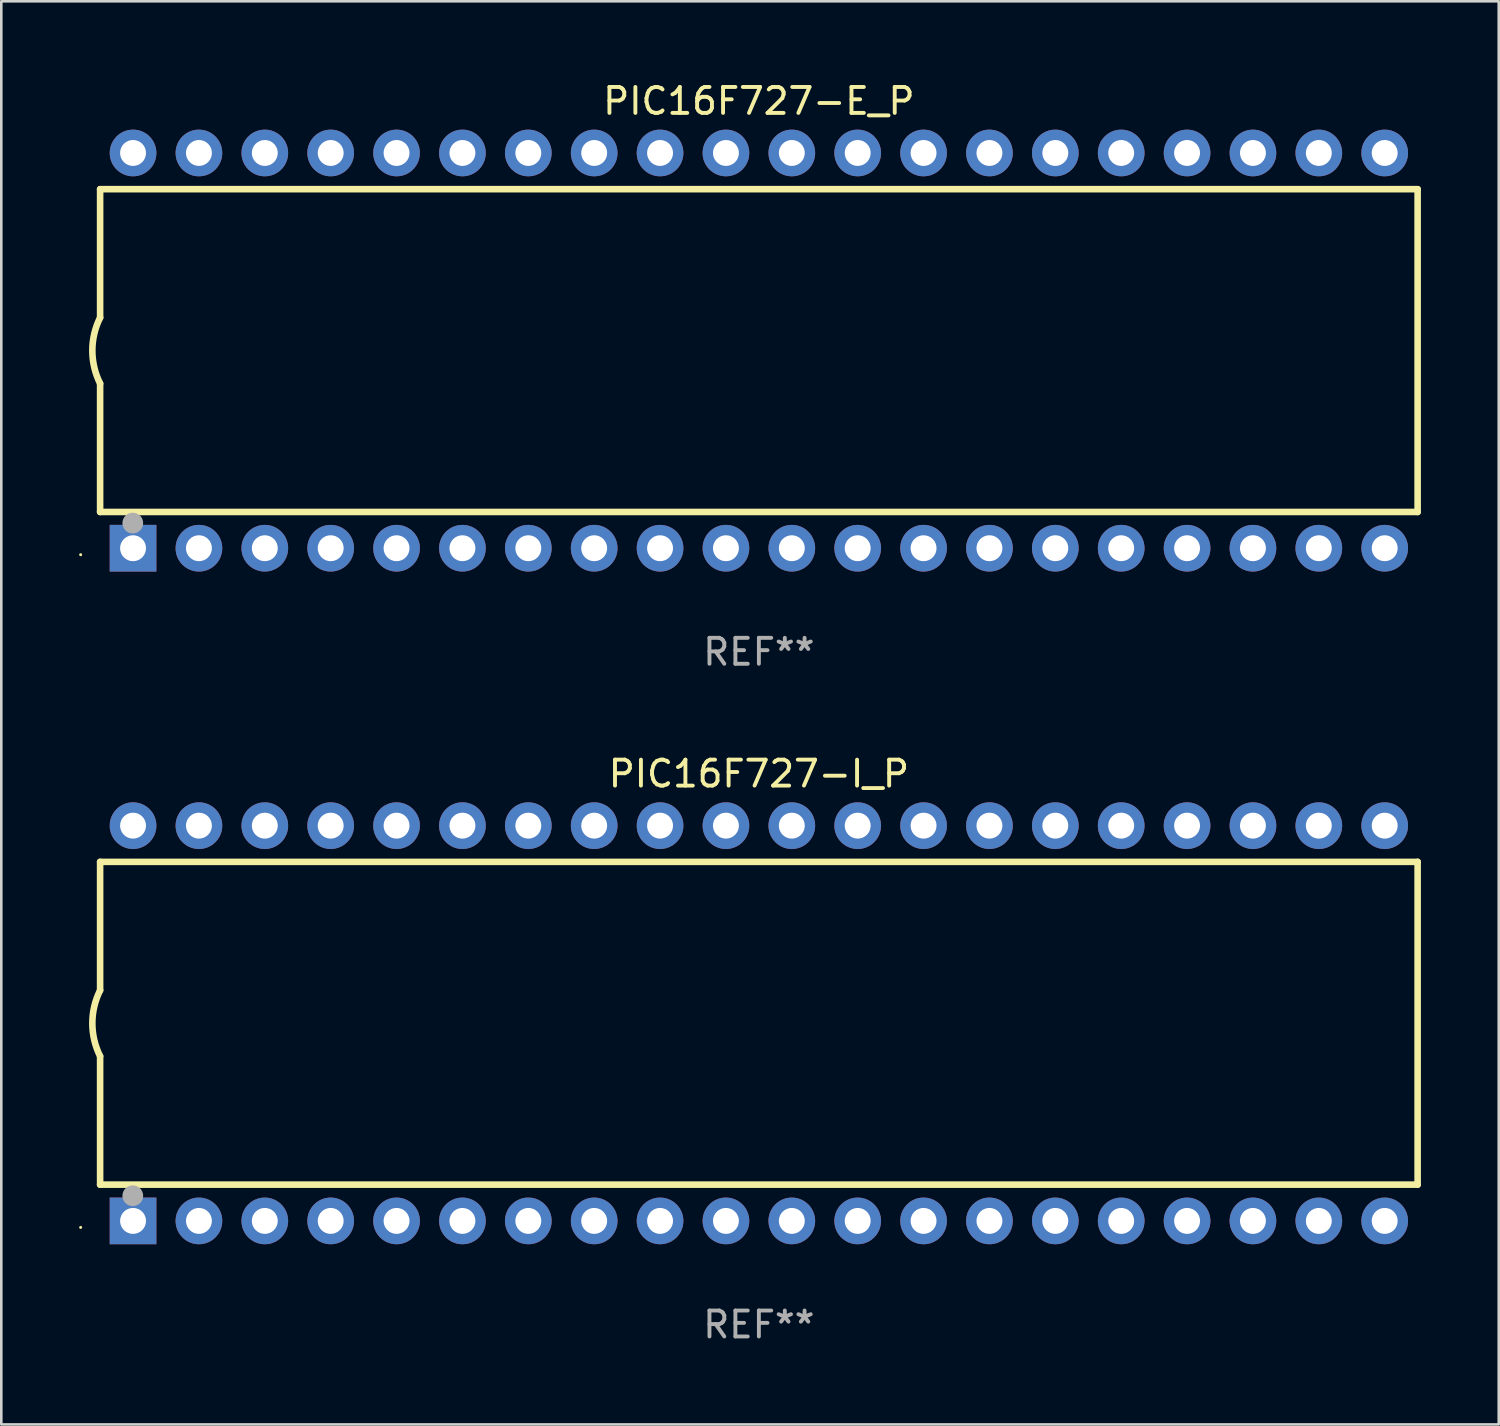
<source format=kicad_pcb>
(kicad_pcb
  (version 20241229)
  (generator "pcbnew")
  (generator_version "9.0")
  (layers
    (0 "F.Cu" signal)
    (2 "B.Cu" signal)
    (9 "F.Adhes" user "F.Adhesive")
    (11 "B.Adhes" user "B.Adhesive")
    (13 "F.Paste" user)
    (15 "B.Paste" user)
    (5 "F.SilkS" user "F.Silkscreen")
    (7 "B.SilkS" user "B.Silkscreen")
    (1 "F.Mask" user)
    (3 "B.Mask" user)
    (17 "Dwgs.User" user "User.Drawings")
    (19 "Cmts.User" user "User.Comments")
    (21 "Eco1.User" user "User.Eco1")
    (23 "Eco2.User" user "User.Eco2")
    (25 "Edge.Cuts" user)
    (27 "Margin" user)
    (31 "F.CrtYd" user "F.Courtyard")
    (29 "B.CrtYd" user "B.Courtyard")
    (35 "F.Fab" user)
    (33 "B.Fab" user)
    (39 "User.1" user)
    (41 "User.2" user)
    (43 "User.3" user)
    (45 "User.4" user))
  (footprint "PIC16F727-I_P"
    (layer "F.Cu")
    (at 26.21 36.405)
    (property "Reference" "PIC16F727-I_P" (at 0 -9.62 0) (layer "F.SilkS") (effects (font (size 1 1) (thickness 0.15))))
    (attr through_hole)
    (fp_line (start -25.4 -6.224) (end -25.4 -1.271) (stroke (width 0.254) (type solid)) (layer "F.SilkS"))
    (fp_line (start -25.4 -6.224) (end 25.4 -6.224) (stroke (width 0.254) (type solid)) (layer "F.SilkS"))
    (fp_line (start -25.4 1.269) (end -25.4 6.222) (stroke (width 0.254) (type solid)) (layer "F.SilkS"))
    (fp_line (start -25.4 6.222) (end 25.4 6.222) (stroke (width 0.254) (type solid)) (layer "F.SilkS"))
    (fp_line (start 25.4 6.222) (end 25.4 -6.224) (stroke (width 0.254) (type solid)) (layer "F.SilkS"))
    (fp_arc (start -25.4 1.269241) (mid -25.699807 -0.000762) (end -25.4 -1.270765) (stroke (width 0.254001) (type solid)) (layer "F.SilkS"))
    (fp_circle (center -26.15 7.87) (end -26.12 7.87) (stroke (width 0.06) (type solid)) (fill no) (layer "F.SilkS"))
    (fp_circle (center -24.14 6.65) (end -23.94 6.65) (stroke (width 0.4) (type solid)) (fill no) (layer "F.Fab"))
    (fp_text user "REF**" (at 0 11.62 0) (layer "F.Fab") (effects (font (size 1 1) (thickness 0.15))))
    (pad "1" thru_hole rect (at -24.13 7.62 90) (size 1.8 1.8) (drill 1) (layers "*.Cu" "*.Mask"))
    (pad "2" thru_hole circle (at -21.59 7.62) (size 1.8 1.8) (drill 1) (layers "*.Cu" "*.Mask"))
    (pad "3" thru_hole circle (at -19.05 7.62) (size 1.8 1.8) (drill 1) (layers "*.Cu" "*.Mask"))
    (pad "4" thru_hole circle (at -16.51 7.62) (size 1.8 1.8) (drill 1) (layers "*.Cu" "*.Mask"))
    (pad "5" thru_hole circle (at -13.97 7.62) (size 1.8 1.8) (drill 1) (layers "*.Cu" "*.Mask"))
    (pad "6" thru_hole circle (at -11.43 7.62) (size 1.8 1.8) (drill 1) (layers "*.Cu" "*.Mask"))
    (pad "7" thru_hole circle (at -8.89 7.62) (size 1.8 1.8) (drill 1) (layers "*.Cu" "*.Mask"))
    (pad "8" thru_hole circle (at -6.35 7.62) (size 1.8 1.8) (drill 1) (layers "*.Cu" "*.Mask"))
    (pad "9" thru_hole circle (at -3.81 7.62) (size 1.8 1.8) (drill 1) (layers "*.Cu" "*.Mask"))
    (pad "10" thru_hole circle (at -1.27 7.62) (size 1.8 1.8) (drill 1) (layers "*.Cu" "*.Mask"))
    (pad "11" thru_hole circle (at 1.27 7.62) (size 1.8 1.8) (drill 1) (layers "*.Cu" "*.Mask"))
    (pad "12" thru_hole circle (at 3.81 7.62) (size 1.8 1.8) (drill 1) (layers "*.Cu" "*.Mask"))
    (pad "13" thru_hole circle (at 6.35 7.62) (size 1.8 1.8) (drill 1) (layers "*.Cu" "*.Mask"))
    (pad "14" thru_hole circle (at 8.89 7.62) (size 1.8 1.8) (drill 1) (layers "*.Cu" "*.Mask"))
    (pad "15" thru_hole circle (at 11.43 7.62) (size 1.8 1.8) (drill 1) (layers "*.Cu" "*.Mask"))
    (pad "16" thru_hole circle (at 13.97 7.62) (size 1.8 1.8) (drill 1) (layers "*.Cu" "*.Mask"))
    (pad "17" thru_hole circle (at 16.51 7.62) (size 1.8 1.8) (drill 1) (layers "*.Cu" "*.Mask"))
    (pad "18" thru_hole circle (at 19.05 7.62) (size 1.8 1.8) (drill 1) (layers "*.Cu" "*.Mask"))
    (pad "19" thru_hole circle (at 21.59 7.62) (size 1.8 1.8) (drill 1) (layers "*.Cu" "*.Mask"))
    (pad "20" thru_hole circle (at 24.13 7.62) (size 1.8 1.8) (drill 1) (layers "*.Cu" "*.Mask"))
    (pad "21" thru_hole circle (at 24.13 -7.62) (size 1.8 1.8) (drill 1) (layers "*.Cu" "*.Mask"))
    (pad "22" thru_hole circle (at 21.59 -7.62) (size 1.8 1.8) (drill 1) (layers "*.Cu" "*.Mask"))
    (pad "23" thru_hole circle (at 19.05 -7.62) (size 1.8 1.8) (drill 1) (layers "*.Cu" "*.Mask"))
    (pad "24" thru_hole circle (at 16.51 -7.62) (size 1.8 1.8) (drill 1) (layers "*.Cu" "*.Mask"))
    (pad "25" thru_hole circle (at 13.97 -7.62) (size 1.8 1.8) (drill 1) (layers "*.Cu" "*.Mask"))
    (pad "26" thru_hole circle (at 11.43 -7.62) (size 1.8 1.8) (drill 1) (layers "*.Cu" "*.Mask"))
    (pad "27" thru_hole circle (at 8.89 -7.62) (size 1.8 1.8) (drill 1) (layers "*.Cu" "*.Mask"))
    (pad "28" thru_hole circle (at 6.35 -7.62) (size 1.8 1.8) (drill 1) (layers "*.Cu" "*.Mask"))
    (pad "29" thru_hole circle (at 3.81 -7.62) (size 1.8 1.8) (drill 1) (layers "*.Cu" "*.Mask"))
    (pad "30" thru_hole circle (at 1.27 -7.62) (size 1.8 1.8) (drill 1) (layers "*.Cu" "*.Mask"))
    (pad "31" thru_hole circle (at -1.27 -7.62) (size 1.8 1.8) (drill 1) (layers "*.Cu" "*.Mask"))
    (pad "32" thru_hole circle (at -3.81 -7.62) (size 1.8 1.8) (drill 1) (layers "*.Cu" "*.Mask"))
    (pad "33" thru_hole circle (at -6.35 -7.62) (size 1.8 1.8) (drill 1) (layers "*.Cu" "*.Mask"))
    (pad "34" thru_hole circle (at -8.89 -7.62) (size 1.8 1.8) (drill 1) (layers "*.Cu" "*.Mask"))
    (pad "35" thru_hole circle (at -11.43 -7.62) (size 1.8 1.8) (drill 1) (layers "*.Cu" "*.Mask"))
    (pad "36" thru_hole circle (at -13.97 -7.62) (size 1.8 1.8) (drill 1) (layers "*.Cu" "*.Mask"))
    (pad "37" thru_hole circle (at -16.51 -7.62) (size 1.8 1.8) (drill 1) (layers "*.Cu" "*.Mask"))
    (pad "38" thru_hole circle (at -19.05 -7.62) (size 1.8 1.8) (drill 1) (layers "*.Cu" "*.Mask"))
    (pad "39" thru_hole circle (at -21.59 -7.62) (size 1.8 1.8) (drill 1) (layers "*.Cu" "*.Mask"))
    (pad "40" thru_hole circle (at -24.13 -7.62) (size 1.8 1.8) (drill 1) (layers "*.Cu" "*.Mask")))
  (footprint "PIC16F727-E_P"
    (layer "F.Cu")
    (at 26.21 10.468)
    (property "Reference" "PIC16F727-E_P" (at 0 -9.62 0) (layer "F.SilkS") (effects (font (size 1 1) (thickness 0.15))))
    (attr through_hole)
    (fp_line (start -25.4 -6.224) (end -25.4 -1.271) (stroke (width 0.254) (type solid)) (layer "F.SilkS"))
    (fp_line (start -25.4 -6.224) (end 25.4 -6.224) (stroke (width 0.254) (type solid)) (layer "F.SilkS"))
    (fp_line (start -25.4 1.269) (end -25.4 6.222) (stroke (width 0.254) (type solid)) (layer "F.SilkS"))
    (fp_line (start -25.4 6.222) (end 25.4 6.222) (stroke (width 0.254) (type solid)) (layer "F.SilkS"))
    (fp_line (start 25.4 6.222) (end 25.4 -6.224) (stroke (width 0.254) (type solid)) (layer "F.SilkS"))
    (fp_arc (start -25.4 1.269241) (mid -25.699807 -0.000762) (end -25.4 -1.270765) (stroke (width 0.254001) (type solid)) (layer "F.SilkS"))
    (fp_circle (center -26.15 7.87) (end -26.12 7.87) (stroke (width 0.06) (type solid)) (fill no) (layer "F.SilkS"))
    (fp_circle (center -24.14 6.65) (end -23.94 6.65) (stroke (width 0.4) (type solid)) (fill no) (layer "F.Fab"))
    (fp_text user "REF**" (at 0 11.62 0) (layer "F.Fab") (effects (font (size 1 1) (thickness 0.15))))
    (pad "1" thru_hole rect (at -24.13 7.62 90) (size 1.8 1.8) (drill 1) (layers "*.Cu" "*.Mask"))
    (pad "2" thru_hole circle (at -21.59 7.62) (size 1.8 1.8) (drill 1) (layers "*.Cu" "*.Mask"))
    (pad "3" thru_hole circle (at -19.05 7.62) (size 1.8 1.8) (drill 1) (layers "*.Cu" "*.Mask"))
    (pad "4" thru_hole circle (at -16.51 7.62) (size 1.8 1.8) (drill 1) (layers "*.Cu" "*.Mask"))
    (pad "5" thru_hole circle (at -13.97 7.62) (size 1.8 1.8) (drill 1) (layers "*.Cu" "*.Mask"))
    (pad "6" thru_hole circle (at -11.43 7.62) (size 1.8 1.8) (drill 1) (layers "*.Cu" "*.Mask"))
    (pad "7" thru_hole circle (at -8.89 7.62) (size 1.8 1.8) (drill 1) (layers "*.Cu" "*.Mask"))
    (pad "8" thru_hole circle (at -6.35 7.62) (size 1.8 1.8) (drill 1) (layers "*.Cu" "*.Mask"))
    (pad "9" thru_hole circle (at -3.81 7.62) (size 1.8 1.8) (drill 1) (layers "*.Cu" "*.Mask"))
    (pad "10" thru_hole circle (at -1.27 7.62) (size 1.8 1.8) (drill 1) (layers "*.Cu" "*.Mask"))
    (pad "11" thru_hole circle (at 1.27 7.62) (size 1.8 1.8) (drill 1) (layers "*.Cu" "*.Mask"))
    (pad "12" thru_hole circle (at 3.81 7.62) (size 1.8 1.8) (drill 1) (layers "*.Cu" "*.Mask"))
    (pad "13" thru_hole circle (at 6.35 7.62) (size 1.8 1.8) (drill 1) (layers "*.Cu" "*.Mask"))
    (pad "14" thru_hole circle (at 8.89 7.62) (size 1.8 1.8) (drill 1) (layers "*.Cu" "*.Mask"))
    (pad "15" thru_hole circle (at 11.43 7.62) (size 1.8 1.8) (drill 1) (layers "*.Cu" "*.Mask"))
    (pad "16" thru_hole circle (at 13.97 7.62) (size 1.8 1.8) (drill 1) (layers "*.Cu" "*.Mask"))
    (pad "17" thru_hole circle (at 16.51 7.62) (size 1.8 1.8) (drill 1) (layers "*.Cu" "*.Mask"))
    (pad "18" thru_hole circle (at 19.05 7.62) (size 1.8 1.8) (drill 1) (layers "*.Cu" "*.Mask"))
    (pad "19" thru_hole circle (at 21.59 7.62) (size 1.8 1.8) (drill 1) (layers "*.Cu" "*.Mask"))
    (pad "20" thru_hole circle (at 24.13 7.62) (size 1.8 1.8) (drill 1) (layers "*.Cu" "*.Mask"))
    (pad "21" thru_hole circle (at 24.13 -7.62) (size 1.8 1.8) (drill 1) (layers "*.Cu" "*.Mask"))
    (pad "22" thru_hole circle (at 21.59 -7.62) (size 1.8 1.8) (drill 1) (layers "*.Cu" "*.Mask"))
    (pad "23" thru_hole circle (at 19.05 -7.62) (size 1.8 1.8) (drill 1) (layers "*.Cu" "*.Mask"))
    (pad "24" thru_hole circle (at 16.51 -7.62) (size 1.8 1.8) (drill 1) (layers "*.Cu" "*.Mask"))
    (pad "25" thru_hole circle (at 13.97 -7.62) (size 1.8 1.8) (drill 1) (layers "*.Cu" "*.Mask"))
    (pad "26" thru_hole circle (at 11.43 -7.62) (size 1.8 1.8) (drill 1) (layers "*.Cu" "*.Mask"))
    (pad "27" thru_hole circle (at 8.89 -7.62) (size 1.8 1.8) (drill 1) (layers "*.Cu" "*.Mask"))
    (pad "28" thru_hole circle (at 6.35 -7.62) (size 1.8 1.8) (drill 1) (layers "*.Cu" "*.Mask"))
    (pad "29" thru_hole circle (at 3.81 -7.62) (size 1.8 1.8) (drill 1) (layers "*.Cu" "*.Mask"))
    (pad "30" thru_hole circle (at 1.27 -7.62) (size 1.8 1.8) (drill 1) (layers "*.Cu" "*.Mask"))
    (pad "31" thru_hole circle (at -1.27 -7.62) (size 1.8 1.8) (drill 1) (layers "*.Cu" "*.Mask"))
    (pad "32" thru_hole circle (at -3.81 -7.62) (size 1.8 1.8) (drill 1) (layers "*.Cu" "*.Mask"))
    (pad "33" thru_hole circle (at -6.35 -7.62) (size 1.8 1.8) (drill 1) (layers "*.Cu" "*.Mask"))
    (pad "34" thru_hole circle (at -8.89 -7.62) (size 1.8 1.8) (drill 1) (layers "*.Cu" "*.Mask"))
    (pad "35" thru_hole circle (at -11.43 -7.62) (size 1.8 1.8) (drill 1) (layers "*.Cu" "*.Mask"))
    (pad "36" thru_hole circle (at -13.97 -7.62) (size 1.8 1.8) (drill 1) (layers "*.Cu" "*.Mask"))
    (pad "37" thru_hole circle (at -16.51 -7.62) (size 1.8 1.8) (drill 1) (layers "*.Cu" "*.Mask"))
    (pad "38" thru_hole circle (at -19.05 -7.62) (size 1.8 1.8) (drill 1) (layers "*.Cu" "*.Mask"))
    (pad "39" thru_hole circle (at -21.59 -7.62) (size 1.8 1.8) (drill 1) (layers "*.Cu" "*.Mask"))
    (pad "40" thru_hole circle (at -24.13 -7.62) (size 1.8 1.8) (drill 1) (layers "*.Cu" "*.Mask")))
  (gr_rect
    (start -3 -3)
    (end 54.737 51.873)
    (stroke (width 0.1) (type default))
    (fill no)
    (layer "Edge.Cuts")))
</source>
